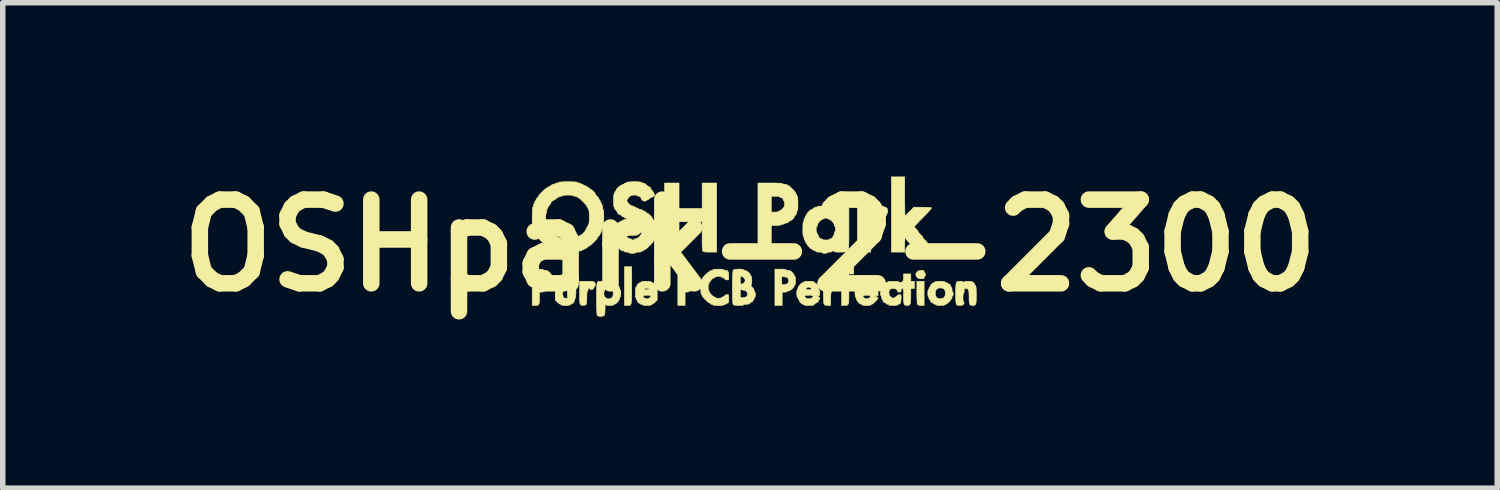
<source format=kicad_pcb>
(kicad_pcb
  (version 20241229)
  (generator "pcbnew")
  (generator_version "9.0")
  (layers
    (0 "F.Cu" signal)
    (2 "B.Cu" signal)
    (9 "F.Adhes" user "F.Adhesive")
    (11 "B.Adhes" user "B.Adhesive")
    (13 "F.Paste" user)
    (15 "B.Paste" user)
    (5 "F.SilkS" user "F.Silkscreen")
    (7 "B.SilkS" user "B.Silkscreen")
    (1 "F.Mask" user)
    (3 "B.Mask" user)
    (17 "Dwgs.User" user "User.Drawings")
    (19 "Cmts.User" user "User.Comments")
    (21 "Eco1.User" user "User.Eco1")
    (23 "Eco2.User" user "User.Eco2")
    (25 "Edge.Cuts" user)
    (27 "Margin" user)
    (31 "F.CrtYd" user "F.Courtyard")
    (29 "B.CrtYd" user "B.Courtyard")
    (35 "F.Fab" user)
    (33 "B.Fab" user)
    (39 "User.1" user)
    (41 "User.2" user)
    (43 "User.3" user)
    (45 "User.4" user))
  (footprint "OSHpark-2-2300"
    (layer "F.Cu")
    (at 10.603 1.418)
    (property "Reference" "OSHpark-2-2300" (at 0 0 0) (layer "F.SilkS") (effects (font (size 1.524 1.524) (thickness 0.3))))
    (attr through_hole)
    (fp_poly (pts (xy 3.169 1.093) (xy 3.117 1.093) (xy 3.08 1.089) (xy 3.055 1.08) (xy 3.051 1.077) (xy 3.045 1.063) (xy 3.041 1.035) (xy 3.039 0.99) (xy 3.037 0.927) (xy 3.037 0.856) (xy 3.037 0.652) (xy 3.169 0.652) (xy 3.169 1.093)) (stroke (width 0.01) (type solid)) (fill yes) (layer "F.SilkS"))
    (fp_poly (pts (xy -2.153 0.724) (xy -2.153 0.824) (xy -2.154 0.904) (xy -2.155 0.967) (xy -2.158 1.014) (xy -2.162 1.047) (xy -2.168 1.07) (xy -2.178 1.083) (xy -2.191 1.09) (xy -2.207 1.093) (xy -2.228 1.093) (xy -2.236 1.093) (xy -2.286 1.093) (xy -2.286 0.387) (xy -2.153 0.387) (xy -2.153 0.724)) (stroke (width 0.01) (type solid)) (fill yes) (layer "F.SilkS"))
    (fp_poly (pts (xy 3.151 0.454) (xy 3.165 0.46) (xy 3.169 0.473) (xy 3.169 0.475) (xy 3.174 0.493) (xy 3.181 0.497) (xy 3.188 0.507) (xy 3.192 0.53) (xy 3.192 0.53) (xy 3.188 0.553) (xy 3.181 0.563) (xy 3.181 0.563) (xy 3.172 0.572) (xy 3.169 0.585) (xy 3.166 0.599) (xy 3.154 0.605) (xy 3.126 0.607) (xy 3.117 0.607) (xy 3.078 0.603) (xy 3.052 0.591) (xy 3.04 0.58) (xy 3.02 0.546) (xy 3.019 0.513) (xy 3.036 0.484) (xy 3.067 0.462) (xy 3.111 0.453) (xy 3.119 0.453) (xy 3.151 0.454)) (stroke (width 0.01) (type solid)) (fill yes) (layer "F.SilkS"))
    (fp_poly (pts (xy -1.292 -0.674) (xy -0.872 -0.674) (xy -0.872 -1.137) (xy -0.607 -1.137) (xy -0.607 0.121) (xy -0.724 0.121) (xy -0.783 0.121) (xy -0.822 0.117) (xy -0.846 0.112) (xy -0.857 0.106) (xy -0.862 0.097) (xy -0.866 0.08) (xy -0.869 0.052) (xy -0.871 0.011) (xy -0.872 -0.045) (xy -0.872 -0.12) (xy -0.872 -0.17) (xy -0.872 -0.431) (xy -1.292 -0.431) (xy -1.292 -0.17) (xy -1.292 -0.085) (xy -1.293 -0.018) (xy -1.295 0.031) (xy -1.297 0.066) (xy -1.3 0.088) (xy -1.305 0.101) (xy -1.308 0.106) (xy -1.323 0.113) (xy -1.35 0.118) (xy -1.394 0.121) (xy -1.44 0.121) (xy -1.557 0.121) (xy -1.557 -1.137) (xy -1.292 -1.137) (xy -1.292 -0.674)) (stroke (width 0.01) (type solid)) (fill yes) (layer "F.SilkS"))
    (fp_poly (pts (xy -2.915 0.652) (xy -2.873 0.655) (xy -2.847 0.66) (xy -2.832 0.667) (xy -2.832 0.667) (xy -2.821 0.686) (xy -2.816 0.711) (xy -2.818 0.731) (xy -2.827 0.74) (xy -2.837 0.749) (xy -2.838 0.757) (xy -2.846 0.779) (xy -2.854 0.79) (xy -2.874 0.803) (xy -2.893 0.806) (xy -2.904 0.798) (xy -2.904 0.795) (xy -2.914 0.786) (xy -2.927 0.784) (xy -2.945 0.792) (xy -2.949 0.806) (xy -2.953 0.824) (xy -2.96 0.828) (xy -2.965 0.839) (xy -2.968 0.868) (xy -2.97 0.914) (xy -2.971 0.945) (xy -2.972 1.003) (xy -2.975 1.043) (xy -2.98 1.067) (xy -2.986 1.078) (xy -3.011 1.089) (xy -3.044 1.092) (xy -3.074 1.086) (xy -3.089 1.077) (xy -3.095 1.063) (xy -3.099 1.035) (xy -3.101 0.99) (xy -3.103 0.927) (xy -3.103 0.856) (xy -3.103 0.652) (xy -2.975 0.652) (xy -2.915 0.652)) (stroke (width 0.01) (type solid)) (fill yes) (layer "F.SilkS"))
    (fp_poly (pts (xy -3.412 0.79) (xy -3.412 0.856) (xy -3.409 0.902) (xy -3.402 0.932) (xy -3.391 0.95) (xy -3.375 0.959) (xy -3.352 0.961) (xy -3.324 0.961) (xy -3.324 0.822) (xy -3.323 0.757) (xy -3.321 0.711) (xy -3.314 0.681) (xy -3.302 0.663) (xy -3.284 0.654) (xy -3.257 0.652) (xy -3.247 0.652) (xy -3.217 0.653) (xy -3.197 0.659) (xy -3.183 0.674) (xy -3.175 0.7) (xy -3.171 0.74) (xy -3.17 0.799) (xy -3.169 0.822) (xy -3.17 0.882) (xy -3.173 0.927) (xy -3.177 0.954) (xy -3.181 0.961) (xy -3.189 0.97) (xy -3.192 0.989) (xy -3.2 1.016) (xy -3.219 1.044) (xy -3.243 1.065) (xy -3.263 1.071) (xy -3.278 1.077) (xy -3.28 1.082) (xy -3.29 1.088) (xy -3.318 1.092) (xy -3.357 1.093) (xy -3.357 1.093) (xy -3.397 1.092) (xy -3.424 1.088) (xy -3.435 1.082) (xy -3.435 1.082) (xy -3.443 1.073) (xy -3.451 1.071) (xy -3.469 1.064) (xy -3.494 1.045) (xy -3.507 1.033) (xy -3.545 0.995) (xy -3.545 0.652) (xy -3.412 0.652) (xy -3.412 0.79)) (stroke (width 0.01) (type solid)) (fill yes) (layer "F.SilkS"))
    (fp_poly (pts (xy 2.381 -0.717) (xy 2.419 -0.714) (xy 2.438 -0.709) (xy 2.441 -0.707) (xy 2.45 -0.697) (xy 2.458 -0.696) (xy 2.48 -0.688) (xy 2.491 -0.68) (xy 2.501 -0.662) (xy 2.506 -0.635) (xy 2.506 -0.608) (xy 2.502 -0.589) (xy 2.496 -0.585) (xy 2.487 -0.576) (xy 2.485 -0.563) (xy 2.48 -0.545) (xy 2.474 -0.541) (xy 2.465 -0.532) (xy 2.463 -0.519) (xy 2.458 -0.501) (xy 2.452 -0.497) (xy 2.443 -0.488) (xy 2.441 -0.475) (xy 2.437 -0.46) (xy 2.422 -0.454) (xy 2.396 -0.453) (xy 2.369 -0.455) (xy 2.353 -0.461) (xy 2.352 -0.464) (xy 2.342 -0.47) (xy 2.317 -0.474) (xy 2.302 -0.475) (xy 2.257 -0.469) (xy 2.229 -0.452) (xy 2.22 -0.426) (xy 2.214 -0.411) (xy 2.209 -0.409) (xy 2.205 -0.398) (xy 2.202 -0.366) (xy 2.2 -0.314) (xy 2.198 -0.243) (xy 2.198 -0.153) (xy 2.198 -0.144) (xy 2.198 0.121) (xy 1.955 0.121) (xy 1.955 -0.696) (xy 2.087 -0.696) (xy 2.145 -0.697) (xy 2.188 -0.699) (xy 2.214 -0.703) (xy 2.22 -0.707) (xy 2.23 -0.712) (xy 2.26 -0.716) (xy 2.305 -0.718) (xy 2.33 -0.718) (xy 2.381 -0.717)) (stroke (width 0.01) (type solid)) (fill yes) (layer "F.SilkS"))
    (fp_poly (pts (xy -1.167 0.432) (xy -1.133 0.435) (xy -1.116 0.44) (xy -1.115 0.442) (xy -1.106 0.449) (xy -1.082 0.453) (xy -1.076 0.453) (xy -1.045 0.458) (xy -1.015 0.476) (xy -0.999 0.491) (xy -0.977 0.517) (xy -0.963 0.539) (xy -0.961 0.546) (xy -0.955 0.561) (xy -0.95 0.563) (xy -0.944 0.573) (xy -0.94 0.601) (xy -0.939 0.64) (xy -0.939 0.641) (xy -0.94 0.68) (xy -0.944 0.708) (xy -0.95 0.718) (xy -0.95 0.718) (xy -0.959 0.727) (xy -0.961 0.735) (xy -0.968 0.752) (xy -0.987 0.777) (xy -0.999 0.79) (xy -1.03 0.816) (xy -1.06 0.827) (xy -1.076 0.828) (xy -1.102 0.831) (xy -1.115 0.838) (xy -1.115 0.839) (xy -1.125 0.847) (xy -1.148 0.85) (xy -1.149 0.85) (xy -1.182 0.85) (xy -1.182 1.093) (xy -1.314 1.093) (xy -1.314 0.674) (xy -1.192 0.674) (xy -1.188 0.701) (xy -1.177 0.714) (xy -1.156 0.716) (xy -1.14 0.714) (xy -1.107 0.703) (xy -1.082 0.686) (xy -1.079 0.684) (xy -1.063 0.65) (xy -1.065 0.617) (xy -1.085 0.59) (xy -1.119 0.573) (xy -1.144 0.57) (xy -1.187 0.569) (xy -1.191 0.628) (xy -1.192 0.674) (xy -1.314 0.674) (xy -1.314 0.431) (xy -1.215 0.431) (xy -1.167 0.432)) (stroke (width 0.01) (type solid)) (fill yes) (layer "F.SilkS"))
    (fp_poly (pts (xy 0.6 0.432) (xy 0.634 0.435) (xy 0.65 0.44) (xy 0.652 0.442) (xy 0.661 0.449) (xy 0.685 0.453) (xy 0.691 0.453) (xy 0.722 0.458) (xy 0.752 0.476) (xy 0.768 0.491) (xy 0.79 0.517) (xy 0.804 0.539) (xy 0.806 0.546) (xy 0.812 0.561) (xy 0.817 0.563) (xy 0.823 0.573) (xy 0.827 0.601) (xy 0.828 0.64) (xy 0.828 0.641) (xy 0.827 0.68) (xy 0.823 0.708) (xy 0.817 0.718) (xy 0.817 0.718) (xy 0.807 0.727) (xy 0.806 0.735) (xy 0.797 0.756) (xy 0.776 0.782) (xy 0.747 0.807) (xy 0.719 0.824) (xy 0.702 0.828) (xy 0.681 0.832) (xy 0.674 0.839) (xy 0.664 0.846) (xy 0.639 0.85) (xy 0.629 0.85) (xy 0.585 0.85) (xy 0.585 1.093) (xy 0.453 1.093) (xy 0.453 0.674) (xy 0.575 0.674) (xy 0.579 0.701) (xy 0.59 0.714) (xy 0.611 0.716) (xy 0.626 0.714) (xy 0.659 0.705) (xy 0.685 0.69) (xy 0.686 0.689) (xy 0.703 0.66) (xy 0.704 0.626) (xy 0.689 0.595) (xy 0.685 0.591) (xy 0.659 0.577) (xy 0.625 0.57) (xy 0.621 0.57) (xy 0.58 0.569) (xy 0.576 0.628) (xy 0.575 0.674) (xy 0.453 0.674) (xy 0.453 0.431) (xy 0.552 0.431) (xy 0.6 0.432)) (stroke (width 0.01) (type solid)) (fill yes) (layer "F.SilkS"))
    (fp_poly (pts (xy -3.818 0.432) (xy -3.784 0.435) (xy -3.767 0.44) (xy -3.766 0.442) (xy -3.756 0.449) (xy -3.732 0.453) (xy -3.727 0.453) (xy -3.695 0.458) (xy -3.666 0.476) (xy -3.65 0.491) (xy -3.627 0.517) (xy -3.613 0.539) (xy -3.611 0.546) (xy -3.605 0.561) (xy -3.6 0.563) (xy -3.595 0.573) (xy -3.591 0.601) (xy -3.589 0.64) (xy -3.589 0.641) (xy -3.591 0.68) (xy -3.595 0.708) (xy -3.6 0.718) (xy -3.6 0.718) (xy -3.61 0.727) (xy -3.611 0.735) (xy -3.62 0.756) (xy -3.64 0.78) (xy -3.664 0.799) (xy -3.682 0.806) (xy -3.698 0.812) (xy -3.7 0.817) (xy -3.709 0.825) (xy -3.732 0.828) (xy -3.733 0.828) (xy -3.756 0.831) (xy -3.766 0.839) (xy -3.766 0.839) (xy -3.775 0.847) (xy -3.799 0.85) (xy -3.799 0.85) (xy -3.832 0.85) (xy -3.832 0.956) (xy -3.833 1.013) (xy -3.838 1.052) (xy -3.849 1.076) (xy -3.867 1.088) (xy -3.895 1.093) (xy -3.914 1.093) (xy -3.965 1.093) (xy -3.965 0.641) (xy -3.843 0.641) (xy -3.843 0.681) (xy -3.84 0.704) (xy -3.834 0.715) (xy -3.823 0.718) (xy -3.816 0.718) (xy -3.785 0.714) (xy -3.761 0.707) (xy -3.733 0.687) (xy -3.72 0.656) (xy -3.721 0.623) (xy -3.735 0.592) (xy -3.762 0.572) (xy -3.768 0.57) (xy -3.805 0.562) (xy -3.827 0.564) (xy -3.839 0.579) (xy -3.843 0.61) (xy -3.843 0.641) (xy -3.965 0.641) (xy -3.965 0.431) (xy -3.865 0.431) (xy -3.818 0.432)) (stroke (width 0.01) (type solid)) (fill yes) (layer "F.SilkS"))
    (fp_poly (pts (xy 4.013 0.653) (xy 4.04 0.658) (xy 4.059 0.669) (xy 4.07 0.679) (xy 4.089 0.702) (xy 4.097 0.722) (xy 4.097 0.723) (xy 4.103 0.738) (xy 4.108 0.74) (xy 4.113 0.751) (xy 4.116 0.781) (xy 4.118 0.83) (xy 4.119 0.896) (xy 4.119 0.901) (xy 4.119 0.97) (xy 4.117 1.021) (xy 4.112 1.055) (xy 4.103 1.077) (xy 4.089 1.088) (xy 4.07 1.093) (xy 4.053 1.093) (xy 4.027 1.091) (xy 4.008 1.082) (xy 3.996 1.064) (xy 3.99 1.032) (xy 3.987 0.984) (xy 3.987 0.939) (xy 3.986 0.877) (xy 3.982 0.834) (xy 3.974 0.806) (xy 3.961 0.791) (xy 3.941 0.785) (xy 3.927 0.784) (xy 3.908 0.786) (xy 3.9 0.797) (xy 3.898 0.823) (xy 3.898 0.828) (xy 3.896 0.856) (xy 3.89 0.871) (xy 3.887 0.872) (xy 3.882 0.883) (xy 3.878 0.91) (xy 3.876 0.95) (xy 3.876 0.95) (xy 3.878 0.989) (xy 3.882 1.017) (xy 3.887 1.027) (xy 3.887 1.027) (xy 3.897 1.035) (xy 3.896 1.054) (xy 3.886 1.074) (xy 3.883 1.078) (xy 3.86 1.088) (xy 3.826 1.092) (xy 3.791 1.09) (xy 3.764 1.082) (xy 3.758 1.077) (xy 3.752 1.059) (xy 3.747 1.024) (xy 3.744 0.976) (xy 3.743 0.92) (xy 3.743 0.861) (xy 3.744 0.802) (xy 3.746 0.749) (xy 3.75 0.705) (xy 3.755 0.676) (xy 3.76 0.667) (xy 3.78 0.657) (xy 3.81 0.652) (xy 3.843 0.652) (xy 3.869 0.657) (xy 3.881 0.665) (xy 3.888 0.673) (xy 3.894 0.665) (xy 3.909 0.657) (xy 3.945 0.652) (xy 3.972 0.652) (xy 4.013 0.653)) (stroke (width 0.01) (type solid)) (fill yes) (layer "F.SilkS"))
    (fp_poly (pts (xy 2.816 -0.895) (xy 2.816 -0.809) (xy 2.817 -0.73) (xy 2.818 -0.662) (xy 2.819 -0.607) (xy 2.82 -0.567) (xy 2.821 -0.545) (xy 2.822 -0.541) (xy 2.832 -0.548) (xy 2.854 -0.568) (xy 2.883 -0.597) (xy 2.904 -0.618) (xy 2.981 -0.696) (xy 3.141 -0.696) (xy 3.205 -0.695) (xy 3.25 -0.694) (xy 3.278 -0.692) (xy 3.295 -0.688) (xy 3.301 -0.683) (xy 3.302 -0.679) (xy 3.294 -0.666) (xy 3.274 -0.641) (xy 3.242 -0.605) (xy 3.201 -0.562) (xy 3.154 -0.515) (xy 3.147 -0.508) (xy 3.1 -0.46) (xy 3.058 -0.417) (xy 3.025 -0.381) (xy 3.002 -0.356) (xy 2.993 -0.342) (xy 2.993 -0.342) (xy 3 -0.327) (xy 3.019 -0.305) (xy 3.026 -0.298) (xy 3.047 -0.276) (xy 3.058 -0.258) (xy 3.059 -0.254) (xy 3.066 -0.24) (xy 3.086 -0.217) (xy 3.103 -0.199) (xy 3.128 -0.173) (xy 3.144 -0.152) (xy 3.147 -0.144) (xy 3.155 -0.129) (xy 3.174 -0.106) (xy 3.192 -0.088) (xy 3.216 -0.063) (xy 3.232 -0.042) (xy 3.236 -0.033) (xy 3.243 -0.019) (xy 3.262 0.004) (xy 3.28 0.022) (xy 3.312 0.06) (xy 3.324 0.091) (xy 3.324 0.093) (xy 3.324 0.121) (xy 3.169 0.121) (xy 3.108 0.121) (xy 3.064 0.12) (xy 3.037 0.118) (xy 3.022 0.114) (xy 3.016 0.108) (xy 3.015 0.104) (xy 3.007 0.087) (xy 2.988 0.062) (xy 2.971 0.044) (xy 2.946 0.019) (xy 2.93 -0.002) (xy 2.927 -0.011) (xy 2.919 -0.025) (xy 2.9 -0.048) (xy 2.882 -0.066) (xy 2.858 -0.093) (xy 2.842 -0.116) (xy 2.838 -0.126) (xy 2.832 -0.141) (xy 2.827 -0.144) (xy 2.822 -0.133) (xy 2.819 -0.103) (xy 2.817 -0.056) (xy 2.816 -0.011) (xy 2.816 0.121) (xy 2.573 0.121) (xy 2.573 -1.248) (xy 2.816 -1.248) (xy 2.816 -0.895)) (stroke (width 0.01) (type solid)) (fill yes) (layer "F.SilkS"))
    (fp_poly (pts (xy -2.534 0.652) (xy -2.504 0.654) (xy -2.487 0.659) (xy -2.485 0.663) (xy -2.476 0.672) (xy -2.468 0.674) (xy -2.446 0.682) (xy -2.42 0.704) (xy -2.396 0.733) (xy -2.379 0.761) (xy -2.374 0.778) (xy -2.371 0.799) (xy -2.363 0.806) (xy -2.357 0.816) (xy -2.353 0.843) (xy -2.352 0.872) (xy -2.354 0.908) (xy -2.358 0.932) (xy -2.363 0.939) (xy -2.372 0.948) (xy -2.374 0.967) (xy -2.382 0.991) (xy -2.402 1.02) (xy -2.427 1.047) (xy -2.452 1.066) (xy -2.468 1.071) (xy -2.483 1.077) (xy -2.485 1.082) (xy -2.495 1.088) (xy -2.521 1.092) (xy -2.551 1.093) (xy -2.586 1.092) (xy -2.61 1.087) (xy -2.617 1.082) (xy -2.626 1.072) (xy -2.628 1.071) (xy -2.634 1.082) (xy -2.638 1.11) (xy -2.639 1.153) (xy -2.639 1.166) (xy -2.641 1.22) (xy -2.646 1.256) (xy -2.654 1.275) (xy -2.655 1.276) (xy -2.678 1.287) (xy -2.711 1.291) (xy -2.747 1.289) (xy -2.774 1.281) (xy -2.78 1.276) (xy -2.785 1.259) (xy -2.789 1.224) (xy -2.792 1.175) (xy -2.794 1.114) (xy -2.795 1.047) (xy -2.795 0.975) (xy -2.795 0.903) (xy -2.795 0.896) (xy -2.66 0.896) (xy -2.652 0.923) (xy -2.64 0.941) (xy -2.609 0.965) (xy -2.571 0.973) (xy -2.534 0.965) (xy -2.511 0.949) (xy -2.495 0.918) (xy -2.49 0.872) (xy -2.497 0.823) (xy -2.517 0.791) (xy -2.551 0.775) (xy -2.572 0.773) (xy -2.614 0.78) (xy -2.641 0.8) (xy -2.656 0.837) (xy -2.659 0.858) (xy -2.66 0.896) (xy -2.795 0.896) (xy -2.793 0.835) (xy -2.791 0.773) (xy -2.788 0.723) (xy -2.784 0.686) (xy -2.779 0.668) (xy -2.778 0.667) (xy -2.758 0.657) (xy -2.727 0.652) (xy -2.695 0.652) (xy -2.668 0.657) (xy -2.657 0.665) (xy -2.65 0.673) (xy -2.644 0.665) (xy -2.631 0.659) (xy -2.604 0.654) (xy -2.569 0.652) (xy -2.534 0.652)) (stroke (width 0.01) (type solid)) (fill yes) (layer "F.SilkS"))
    (fp_poly (pts (xy 1.818 0.369) (xy 1.822 0.375) (xy 1.832 0.383) (xy 1.855 0.387) (xy 1.855 0.387) (xy 1.888 0.387) (xy 1.888 0.519) (xy 1.8 0.519) (xy 1.8 0.652) (xy 1.888 0.652) (xy 1.888 0.784) (xy 1.8 0.784) (xy 1.8 0.923) (xy 1.799 0.988) (xy 1.797 1.034) (xy 1.79 1.064) (xy 1.778 1.082) (xy 1.759 1.09) (xy 1.732 1.093) (xy 1.718 1.093) (xy 1.668 1.093) (xy 1.668 0.939) (xy 1.667 0.877) (xy 1.667 0.835) (xy 1.665 0.808) (xy 1.661 0.792) (xy 1.655 0.786) (xy 1.647 0.784) (xy 1.646 0.784) (xy 1.626 0.778) (xy 1.619 0.77) (xy 1.612 0.762) (xy 1.606 0.77) (xy 1.591 0.779) (xy 1.56 0.784) (xy 1.545 0.784) (xy 1.513 0.785) (xy 1.497 0.789) (xy 1.491 0.801) (xy 1.491 0.817) (xy 1.488 0.84) (xy 1.48 0.85) (xy 1.48 0.85) (xy 1.475 0.861) (xy 1.471 0.891) (xy 1.469 0.937) (xy 1.469 0.972) (xy 1.469 1.093) (xy 1.416 1.093) (xy 1.379 1.089) (xy 1.354 1.08) (xy 1.35 1.077) (xy 1.344 1.059) (xy 1.34 1.024) (xy 1.337 0.976) (xy 1.335 0.92) (xy 1.335 0.861) (xy 1.336 0.802) (xy 1.339 0.749) (xy 1.343 0.705) (xy 1.348 0.676) (xy 1.352 0.667) (xy 1.37 0.66) (xy 1.403 0.655) (xy 1.445 0.652) (xy 1.492 0.651) (xy 1.537 0.652) (xy 1.574 0.655) (xy 1.599 0.661) (xy 1.606 0.665) (xy 1.613 0.673) (xy 1.619 0.665) (xy 1.634 0.654) (xy 1.646 0.652) (xy 1.656 0.65) (xy 1.663 0.641) (xy 1.666 0.622) (xy 1.667 0.588) (xy 1.668 0.552) (xy 1.669 0.505) (xy 1.672 0.471) (xy 1.677 0.454) (xy 1.679 0.453) (xy 1.688 0.444) (xy 1.69 0.435) (xy 1.699 0.409) (xy 1.724 0.391) (xy 1.75 0.387) (xy 1.771 0.383) (xy 1.778 0.375) (xy 1.787 0.367) (xy 1.8 0.364) (xy 1.818 0.369)) (stroke (width 0.01) (type solid)) (fill yes) (layer "F.SilkS"))
    (fp_poly (pts (xy 0.446 -1.137) (xy 0.509 -1.135) (xy 0.555 -1.133) (xy 0.58 -1.129) (xy 0.585 -1.126) (xy 0.595 -1.12) (xy 0.62 -1.116) (xy 0.629 -1.115) (xy 0.657 -1.113) (xy 0.673 -1.107) (xy 0.674 -1.104) (xy 0.683 -1.095) (xy 0.69 -1.093) (xy 0.707 -1.086) (xy 0.732 -1.066) (xy 0.762 -1.038) (xy 0.791 -1.008) (xy 0.814 -0.981) (xy 0.827 -0.96) (xy 0.828 -0.956) (xy 0.834 -0.941) (xy 0.839 -0.939) (xy 0.848 -0.929) (xy 0.85 -0.917) (xy 0.855 -0.899) (xy 0.861 -0.895) (xy 0.866 -0.884) (xy 0.87 -0.854) (xy 0.872 -0.807) (xy 0.872 -0.762) (xy 0.872 -0.704) (xy 0.869 -0.661) (xy 0.865 -0.635) (xy 0.861 -0.629) (xy 0.853 -0.62) (xy 0.85 -0.599) (xy 0.842 -0.568) (xy 0.828 -0.552) (xy 0.811 -0.534) (xy 0.806 -0.522) (xy 0.798 -0.503) (xy 0.779 -0.48) (xy 0.756 -0.461) (xy 0.737 -0.453) (xy 0.72 -0.445) (xy 0.707 -0.431) (xy 0.682 -0.413) (xy 0.66 -0.409) (xy 0.638 -0.405) (xy 0.629 -0.398) (xy 0.62 -0.39) (xy 0.597 -0.387) (xy 0.596 -0.387) (xy 0.573 -0.383) (xy 0.563 -0.376) (xy 0.563 -0.375) (xy 0.553 -0.37) (xy 0.525 -0.366) (xy 0.483 -0.364) (xy 0.475 -0.364) (xy 0.387 -0.364) (xy 0.387 0.121) (xy 0.144 0.121) (xy 0.144 -0.895) (xy 0.387 -0.895) (xy 0.387 -0.607) (xy 0.453 -0.607) (xy 0.488 -0.609) (xy 0.512 -0.613) (xy 0.519 -0.618) (xy 0.528 -0.628) (xy 0.536 -0.629) (xy 0.553 -0.637) (xy 0.578 -0.656) (xy 0.591 -0.668) (xy 0.616 -0.696) (xy 0.627 -0.722) (xy 0.629 -0.756) (xy 0.627 -0.786) (xy 0.622 -0.804) (xy 0.618 -0.806) (xy 0.609 -0.815) (xy 0.607 -0.824) (xy 0.598 -0.848) (xy 0.576 -0.868) (xy 0.558 -0.872) (xy 0.543 -0.878) (xy 0.541 -0.883) (xy 0.531 -0.889) (xy 0.504 -0.893) (xy 0.464 -0.895) (xy 0.387 -0.895) (xy 0.144 -0.895) (xy 0.144 -1.137) (xy 0.364 -1.137) (xy 0.446 -1.137)) (stroke (width 0.01) (type solid)) (fill yes) (layer "F.SilkS"))
    (fp_poly (pts (xy -1.845 0.653) (xy -1.814 0.656) (xy -1.8 0.662) (xy -1.8 0.663) (xy -1.791 0.672) (xy -1.783 0.674) (xy -1.762 0.682) (xy -1.738 0.702) (xy -1.719 0.726) (xy -1.712 0.745) (xy -1.706 0.76) (xy -1.701 0.762) (xy -1.696 0.773) (xy -1.692 0.802) (xy -1.69 0.848) (xy -1.69 0.878) (xy -1.69 0.995) (xy -1.728 1.033) (xy -1.754 1.055) (xy -1.776 1.069) (xy -1.783 1.071) (xy -1.798 1.077) (xy -1.8 1.082) (xy -1.81 1.088) (xy -1.838 1.092) (xy -1.877 1.093) (xy -1.877 1.093) (xy -1.917 1.092) (xy -1.944 1.088) (xy -1.955 1.082) (xy -1.955 1.082) (xy -1.964 1.073) (xy -1.977 1.071) (xy -1.995 1.067) (xy -1.999 1.06) (xy -2.008 1.051) (xy -2.021 1.049) (xy -2.039 1.041) (xy -2.043 1.027) (xy -2.048 1.009) (xy -2.054 1.005) (xy -2.063 0.996) (xy -2.065 0.983) (xy -2.07 0.965) (xy -2.076 0.961) (xy -2.081 0.95) (xy -2.085 0.926) (xy -1.949 0.926) (xy -1.938 0.944) (xy -1.933 0.949) (xy -1.9 0.968) (xy -1.863 0.97) (xy -1.828 0.955) (xy -1.822 0.95) (xy -1.805 0.929) (xy -1.804 0.915) (xy -1.821 0.908) (xy -1.858 0.906) (xy -1.871 0.906) (xy -1.917 0.908) (xy -1.943 0.914) (xy -1.949 0.926) (xy -2.085 0.926) (xy -2.085 0.921) (xy -2.087 0.878) (xy -2.087 0.861) (xy -2.086 0.814) (xy -2.084 0.792) (xy -1.93 0.792) (xy -1.925 0.801) (xy -1.902 0.806) (xy -1.883 0.806) (xy -1.85 0.804) (xy -1.836 0.797) (xy -1.836 0.792) (xy -1.849 0.783) (xy -1.877 0.779) (xy -1.883 0.779) (xy -1.912 0.782) (xy -1.929 0.79) (xy -1.93 0.792) (xy -2.084 0.792) (xy -2.083 0.78) (xy -2.078 0.763) (xy -2.076 0.762) (xy -2.066 0.753) (xy -2.065 0.745) (xy -2.057 0.724) (xy -2.037 0.7) (xy -2.013 0.681) (xy -1.994 0.674) (xy -1.979 0.668) (xy -1.977 0.663) (xy -1.966 0.657) (xy -1.938 0.653) (xy -1.896 0.652) (xy -1.888 0.652) (xy -1.845 0.653)) (stroke (width 0.01) (type solid)) (fill yes) (layer "F.SilkS"))
    (fp_poly (pts (xy 2.155 0.653) (xy 2.185 0.656) (xy 2.197 0.662) (xy 2.198 0.663) (xy 2.207 0.672) (xy 2.215 0.674) (xy 2.236 0.682) (xy 2.262 0.704) (xy 2.287 0.733) (xy 2.304 0.761) (xy 2.308 0.778) (xy 2.312 0.799) (xy 2.319 0.806) (xy 2.325 0.816) (xy 2.329 0.842) (xy 2.33 0.861) (xy 2.33 0.917) (xy 2.289 0.917) (xy 2.264 0.919) (xy 2.259 0.922) (xy 2.275 0.927) (xy 2.3 0.932) (xy 2.322 0.943) (xy 2.33 0.956) (xy 2.322 0.973) (xy 2.302 0.998) (xy 2.276 1.026) (xy 2.248 1.051) (xy 2.225 1.068) (xy 2.215 1.071) (xy 2.2 1.077) (xy 2.198 1.082) (xy 2.187 1.088) (xy 2.16 1.092) (xy 2.12 1.093) (xy 2.12 1.093) (xy 2.081 1.092) (xy 2.053 1.088) (xy 2.043 1.082) (xy 2.043 1.082) (xy 2.034 1.073) (xy 2.026 1.071) (xy 2.004 1.062) (xy 1.978 1.041) (xy 1.954 1.012) (xy 1.937 0.984) (xy 1.933 0.967) (xy 1.929 0.946) (xy 1.922 0.939) (xy 1.916 0.929) (xy 2.056 0.929) (xy 2.072 0.951) (xy 2.072 0.952) (xy 2.1 0.968) (xy 2.135 0.971) (xy 2.168 0.96) (xy 2.177 0.954) (xy 2.192 0.933) (xy 2.187 0.918) (xy 2.161 0.908) (xy 2.119 0.906) (xy 2.078 0.908) (xy 2.058 0.915) (xy 2.056 0.929) (xy 1.916 0.929) (xy 1.916 0.928) (xy 1.912 0.901) (xy 1.911 0.861) (xy 1.911 0.861) (xy 1.912 0.822) (xy 1.914 0.807) (xy 2.06 0.807) (xy 2.075 0.814) (xy 2.103 0.817) (xy 2.136 0.816) (xy 2.165 0.812) (xy 2.181 0.805) (xy 2.182 0.804) (xy 2.181 0.789) (xy 2.165 0.774) (xy 2.14 0.764) (xy 2.126 0.762) (xy 2.102 0.767) (xy 2.078 0.78) (xy 2.062 0.795) (xy 2.06 0.807) (xy 1.914 0.807) (xy 1.916 0.794) (xy 1.922 0.784) (xy 1.922 0.784) (xy 1.931 0.775) (xy 1.933 0.762) (xy 1.937 0.744) (xy 1.944 0.74) (xy 1.953 0.731) (xy 1.955 0.718) (xy 1.963 0.699) (xy 1.974 0.696) (xy 1.996 0.687) (xy 2.01 0.674) (xy 2.021 0.662) (xy 2.039 0.656) (xy 2.067 0.652) (xy 2.112 0.652) (xy 2.155 0.653)) (stroke (width 0.01) (type solid)) (fill yes) (layer "F.SilkS"))
    (fp_poly (pts (xy 3.5 0.653) (xy 3.531 0.656) (xy 3.545 0.662) (xy 3.545 0.663) (xy 3.554 0.672) (xy 3.567 0.674) (xy 3.585 0.678) (xy 3.589 0.685) (xy 3.598 0.694) (xy 3.606 0.696) (xy 3.631 0.705) (xy 3.651 0.727) (xy 3.655 0.745) (xy 3.661 0.76) (xy 3.666 0.762) (xy 3.673 0.772) (xy 3.677 0.796) (xy 3.677 0.806) (xy 3.68 0.834) (xy 3.686 0.849) (xy 3.689 0.85) (xy 3.696 0.86) (xy 3.7 0.883) (xy 3.7 0.883) (xy 3.696 0.907) (xy 3.689 0.917) (xy 3.689 0.917) (xy 3.68 0.926) (xy 3.677 0.945) (xy 3.67 0.967) (xy 3.65 0.996) (xy 3.624 1.027) (xy 3.596 1.053) (xy 3.571 1.069) (xy 3.562 1.071) (xy 3.547 1.077) (xy 3.545 1.082) (xy 3.535 1.088) (xy 3.507 1.092) (xy 3.468 1.093) (xy 3.468 1.093) (xy 3.428 1.092) (xy 3.401 1.088) (xy 3.39 1.082) (xy 3.39 1.082) (xy 3.381 1.073) (xy 3.368 1.071) (xy 3.35 1.067) (xy 3.346 1.06) (xy 3.337 1.051) (xy 3.329 1.049) (xy 3.304 1.04) (xy 3.285 1.018) (xy 3.28 1) (xy 3.274 0.985) (xy 3.269 0.983) (xy 3.26 0.974) (xy 3.258 0.961) (xy 3.253 0.943) (xy 3.247 0.939) (xy 3.241 0.929) (xy 3.237 0.902) (xy 3.236 0.872) (xy 3.236 0.869) (xy 3.372 0.869) (xy 3.377 0.909) (xy 3.392 0.942) (xy 3.4 0.951) (xy 3.437 0.968) (xy 3.48 0.97) (xy 3.519 0.957) (xy 3.53 0.948) (xy 3.549 0.917) (xy 3.557 0.876) (xy 3.554 0.834) (xy 3.538 0.8) (xy 3.534 0.795) (xy 3.503 0.778) (xy 3.464 0.772) (xy 3.425 0.778) (xy 3.395 0.796) (xy 3.395 0.796) (xy 3.378 0.828) (xy 3.372 0.869) (xy 3.236 0.869) (xy 3.237 0.837) (xy 3.242 0.813) (xy 3.247 0.806) (xy 3.256 0.797) (xy 3.258 0.784) (xy 3.262 0.766) (xy 3.269 0.762) (xy 3.279 0.753) (xy 3.28 0.745) (xy 3.288 0.724) (xy 3.308 0.7) (xy 3.332 0.681) (xy 3.351 0.674) (xy 3.366 0.668) (xy 3.368 0.663) (xy 3.379 0.657) (xy 3.407 0.653) (xy 3.449 0.652) (xy 3.457 0.652) (xy 3.5 0.653)) (stroke (width 0.01) (type solid)) (fill yes) (layer "F.SilkS"))
    (fp_poly (pts (xy -0.148 0.432) (xy -0.127 0.437) (xy -0.121 0.442) (xy -0.112 0.45) (xy -0.094 0.453) (xy -0.069 0.461) (xy -0.04 0.48) (xy -0.013 0.506) (xy 0.006 0.531) (xy 0.011 0.546) (xy 0.017 0.561) (xy 0.022 0.563) (xy 0.029 0.573) (xy 0.032 0.598) (xy 0.033 0.632) (xy 0.032 0.667) (xy 0.029 0.698) (xy 0.023 0.718) (xy 0.019 0.721) (xy 0.017 0.73) (xy 0.032 0.75) (xy 0.041 0.759) (xy 0.068 0.792) (xy 0.077 0.822) (xy 0.081 0.843) (xy 0.088 0.85) (xy 0.095 0.86) (xy 0.099 0.885) (xy 0.099 0.895) (xy 0.097 0.922) (xy 0.091 0.938) (xy 0.088 0.939) (xy 0.079 0.948) (xy 0.077 0.961) (xy 0.073 0.979) (xy 0.066 0.983) (xy 0.057 0.992) (xy 0.055 1.005) (xy 0.047 1.024) (xy 0.036 1.027) (xy 0.014 1.035) (xy 0 1.049) (xy -0.017 1.064) (xy -0.045 1.07) (xy -0.069 1.071) (xy -0.099 1.073) (xy -0.118 1.079) (xy -0.121 1.082) (xy -0.131 1.089) (xy -0.157 1.092) (xy -0.192 1.094) (xy -0.231 1.092) (xy -0.267 1.088) (xy -0.295 1.083) (xy -0.306 1.077) (xy -0.311 1.06) (xy -0.315 1.026) (xy -0.318 0.976) (xy -0.319 0.95) (xy -0.177 0.95) (xy -0.131 0.95) (xy -0.092 0.945) (xy -0.065 0.932) (xy -0.064 0.931) (xy -0.048 0.903) (xy -0.046 0.869) (xy -0.06 0.84) (xy -0.064 0.836) (xy -0.087 0.823) (xy -0.121 0.813) (xy -0.13 0.811) (xy -0.177 0.803) (xy -0.177 0.95) (xy -0.319 0.95) (xy -0.32 0.915) (xy -0.321 0.847) (xy -0.322 0.774) (xy -0.321 0.701) (xy -0.32 0.635) (xy -0.177 0.635) (xy -0.175 0.677) (xy -0.17 0.699) (xy -0.158 0.705) (xy -0.138 0.699) (xy -0.129 0.694) (xy -0.101 0.673) (xy -0.089 0.646) (xy -0.089 0.632) (xy -0.098 0.603) (xy -0.12 0.578) (xy -0.148 0.564) (xy -0.155 0.563) (xy -0.167 0.565) (xy -0.173 0.575) (xy -0.176 0.598) (xy -0.177 0.635) (xy -0.32 0.635) (xy -0.32 0.63) (xy -0.318 0.567) (xy -0.315 0.513) (xy -0.311 0.473) (xy -0.306 0.45) (xy -0.304 0.446) (xy -0.288 0.439) (xy -0.257 0.434) (xy -0.22 0.431) (xy -0.182 0.43) (xy -0.148 0.432)) (stroke (width 0.01) (type solid)) (fill yes) (layer "F.SilkS"))
    (fp_poly (pts (xy 1.114 0.652) (xy 1.142 0.656) (xy 1.159 0.662) (xy 1.171 0.674) (xy 1.19 0.691) (xy 1.206 0.696) (xy 1.223 0.705) (xy 1.226 0.718) (xy 1.23 0.736) (xy 1.237 0.74) (xy 1.245 0.75) (xy 1.248 0.773) (xy 1.248 0.773) (xy 1.251 0.796) (xy 1.259 0.806) (xy 1.259 0.806) (xy 1.265 0.816) (xy 1.269 0.842) (xy 1.27 0.861) (xy 1.269 0.894) (xy 1.265 0.911) (xy 1.253 0.917) (xy 1.24 0.917) (xy 1.209 0.918) (xy 1.24 0.929) (xy 1.258 0.942) (xy 1.27 0.96) (xy 1.271 0.976) (xy 1.259 0.983) (xy 1.259 0.983) (xy 1.249 0.992) (xy 1.248 1) (xy 1.239 1.024) (xy 1.219 1.043) (xy 1.201 1.049) (xy 1.184 1.057) (xy 1.171 1.071) (xy 1.159 1.083) (xy 1.142 1.089) (xy 1.113 1.093) (xy 1.069 1.093) (xy 1.026 1.092) (xy 0.996 1.088) (xy 0.983 1.083) (xy 0.983 1.082) (xy 0.974 1.073) (xy 0.966 1.071) (xy 0.945 1.063) (xy 0.921 1.043) (xy 0.902 1.019) (xy 0.895 1) (xy 0.889 0.985) (xy 0.883 0.983) (xy 0.875 0.974) (xy 0.872 0.961) (xy 0.868 0.943) (xy 0.861 0.939) (xy 0.856 0.929) (xy 0.855 0.924) (xy 0.994 0.924) (xy 1.004 0.942) (xy 1.012 0.952) (xy 1.04 0.968) (xy 1.077 0.971) (xy 1.113 0.961) (xy 1.124 0.955) (xy 1.147 0.934) (xy 1.149 0.919) (xy 1.13 0.91) (xy 1.089 0.906) (xy 1.071 0.906) (xy 1.026 0.907) (xy 1.001 0.913) (xy 0.994 0.924) (xy 0.855 0.924) (xy 0.852 0.902) (xy 0.85 0.872) (xy 0.852 0.837) (xy 0.856 0.813) (xy 0.861 0.806) (xy 0.87 0.797) (xy 0.87 0.794) (xy 1.017 0.794) (xy 1.025 0.803) (xy 1.051 0.806) (xy 1.066 0.806) (xy 1.098 0.804) (xy 1.113 0.797) (xy 1.115 0.789) (xy 1.106 0.771) (xy 1.084 0.761) (xy 1.057 0.76) (xy 1.033 0.769) (xy 1.024 0.778) (xy 1.017 0.794) (xy 0.87 0.794) (xy 0.872 0.778) (xy 0.88 0.754) (xy 0.9 0.725) (xy 0.925 0.698) (xy 0.951 0.679) (xy 0.966 0.674) (xy 0.981 0.668) (xy 0.983 0.663) (xy 0.993 0.657) (xy 1.021 0.653) (xy 1.063 0.652) (xy 1.069 0.652) (xy 1.114 0.652)) (stroke (width 0.01) (type solid)) (fill yes) (layer "F.SilkS"))
    (fp_poly (pts (xy 2.927 0.652) (xy 2.993 0.652) (xy 2.993 0.784) (xy 2.927 0.784) (xy 2.927 0.923) (xy 2.926 0.988) (xy 2.923 1.034) (xy 2.916 1.064) (xy 2.905 1.082) (xy 2.888 1.091) (xy 2.864 1.093) (xy 2.86 1.093) (xy 2.835 1.091) (xy 2.817 1.084) (xy 2.805 1.067) (xy 2.798 1.039) (xy 2.795 0.995) (xy 2.794 0.932) (xy 2.794 0.923) (xy 2.794 0.865) (xy 2.793 0.826) (xy 2.791 0.802) (xy 2.786 0.79) (xy 2.78 0.785) (xy 2.772 0.784) (xy 2.756 0.789) (xy 2.75 0.809) (xy 2.75 0.817) (xy 2.747 0.841) (xy 2.734 0.849) (xy 2.717 0.85) (xy 2.691 0.846) (xy 2.684 0.833) (xy 2.674 0.807) (xy 2.646 0.79) (xy 2.606 0.784) (xy 2.565 0.79) (xy 2.54 0.808) (xy 2.53 0.842) (xy 2.529 0.861) (xy 2.534 0.901) (xy 2.553 0.931) (xy 2.556 0.934) (xy 2.588 0.956) (xy 2.62 0.957) (xy 2.653 0.936) (xy 2.661 0.928) (xy 2.693 0.903) (xy 2.721 0.895) (xy 2.736 0.896) (xy 2.745 0.902) (xy 2.749 0.919) (xy 2.75 0.952) (xy 2.75 0.967) (xy 2.746 1.019) (xy 2.736 1.053) (xy 2.716 1.069) (xy 2.701 1.071) (xy 2.686 1.077) (xy 2.684 1.082) (xy 2.673 1.088) (xy 2.646 1.092) (xy 2.606 1.093) (xy 2.606 1.093) (xy 2.567 1.092) (xy 2.539 1.088) (xy 2.529 1.082) (xy 2.529 1.082) (xy 2.52 1.073) (xy 2.507 1.071) (xy 2.489 1.067) (xy 2.485 1.06) (xy 2.476 1.051) (xy 2.467 1.049) (xy 2.442 1.04) (xy 2.423 1.018) (xy 2.419 1) (xy 2.413 0.985) (xy 2.407 0.983) (xy 2.4 0.973) (xy 2.396 0.95) (xy 2.396 0.95) (xy 2.393 0.926) (xy 2.386 0.917) (xy 2.385 0.917) (xy 2.378 0.907) (xy 2.375 0.882) (xy 2.374 0.872) (xy 2.377 0.845) (xy 2.383 0.829) (xy 2.385 0.828) (xy 2.393 0.819) (xy 2.396 0.796) (xy 2.396 0.795) (xy 2.4 0.772) (xy 2.407 0.762) (xy 2.407 0.762) (xy 2.417 0.753) (xy 2.419 0.745) (xy 2.427 0.724) (xy 2.447 0.7) (xy 2.471 0.681) (xy 2.49 0.674) (xy 2.505 0.668) (xy 2.507 0.663) (xy 2.517 0.657) (xy 2.546 0.654) (xy 2.59 0.652) (xy 2.606 0.652) (xy 2.654 0.653) (xy 2.688 0.656) (xy 2.705 0.661) (xy 2.706 0.663) (xy 2.715 0.671) (xy 2.735 0.673) (xy 2.76 0.668) (xy 2.778 0.658) (xy 2.789 0.635) (xy 2.794 0.595) (xy 2.794 0.581) (xy 2.794 0.519) (xy 2.927 0.519) (xy 2.927 0.652)) (stroke (width 0.01) (type solid)) (fill yes) (layer "F.SilkS"))
    (fp_poly (pts (xy -0.527 0.432) (xy -0.493 0.435) (xy -0.476 0.44) (xy -0.475 0.442) (xy -0.465 0.45) (xy -0.446 0.453) (xy -0.417 0.458) (xy -0.399 0.475) (xy -0.389 0.507) (xy -0.387 0.557) (xy -0.387 0.596) (xy -0.389 0.617) (xy -0.396 0.627) (xy -0.41 0.629) (xy -0.417 0.629) (xy -0.448 0.621) (xy -0.464 0.607) (xy -0.484 0.59) (xy -0.499 0.585) (xy -0.516 0.58) (xy -0.519 0.574) (xy -0.529 0.568) (xy -0.554 0.564) (xy -0.574 0.563) (xy -0.606 0.565) (xy -0.626 0.57) (xy -0.629 0.574) (xy -0.638 0.584) (xy -0.646 0.585) (xy -0.665 0.593) (xy -0.69 0.613) (xy -0.715 0.639) (xy -0.734 0.663) (xy -0.74 0.679) (xy -0.746 0.694) (xy -0.751 0.696) (xy -0.757 0.706) (xy -0.761 0.732) (xy -0.762 0.762) (xy -0.76 0.797) (xy -0.756 0.821) (xy -0.751 0.828) (xy -0.741 0.837) (xy -0.74 0.845) (xy -0.732 0.864) (xy -0.712 0.889) (xy -0.687 0.914) (xy -0.662 0.933) (xy -0.646 0.939) (xy -0.631 0.945) (xy -0.629 0.95) (xy -0.62 0.956) (xy -0.594 0.96) (xy -0.574 0.961) (xy -0.543 0.959) (xy -0.523 0.954) (xy -0.519 0.95) (xy -0.51 0.94) (xy -0.499 0.939) (xy -0.478 0.93) (xy -0.464 0.917) (xy -0.439 0.899) (xy -0.417 0.895) (xy -0.401 0.895) (xy -0.392 0.901) (xy -0.388 0.916) (xy -0.387 0.946) (xy -0.387 0.972) (xy -0.387 1.012) (xy -0.39 1.036) (xy -0.396 1.046) (xy -0.407 1.049) (xy -0.409 1.049) (xy -0.427 1.054) (xy -0.431 1.06) (xy -0.44 1.069) (xy -0.453 1.071) (xy -0.471 1.076) (xy -0.475 1.082) (xy -0.485 1.088) (xy -0.514 1.091) (xy -0.558 1.093) (xy -0.574 1.093) (xy -0.622 1.092) (xy -0.656 1.089) (xy -0.673 1.084) (xy -0.674 1.082) (xy -0.683 1.073) (xy -0.696 1.071) (xy -0.714 1.067) (xy -0.718 1.06) (xy -0.727 1.05) (xy -0.735 1.049) (xy -0.751 1.041) (xy -0.777 1.021) (xy -0.806 0.994) (xy -0.835 0.964) (xy -0.858 0.936) (xy -0.871 0.916) (xy -0.872 0.911) (xy -0.878 0.896) (xy -0.883 0.895) (xy -0.89 0.885) (xy -0.894 0.859) (xy -0.895 0.839) (xy -0.897 0.808) (xy -0.902 0.788) (xy -0.906 0.784) (xy -0.913 0.774) (xy -0.917 0.751) (xy -0.917 0.751) (xy -0.913 0.728) (xy -0.906 0.718) (xy -0.906 0.718) (xy -0.899 0.708) (xy -0.895 0.684) (xy -0.895 0.674) (xy -0.892 0.646) (xy -0.886 0.631) (xy -0.883 0.629) (xy -0.874 0.621) (xy -0.872 0.613) (xy -0.864 0.594) (xy -0.843 0.567) (xy -0.813 0.535) (xy -0.779 0.504) (xy -0.746 0.477) (xy -0.718 0.458) (xy -0.701 0.453) (xy -0.681 0.449) (xy -0.674 0.442) (xy -0.663 0.436) (xy -0.634 0.433) (xy -0.591 0.431) (xy -0.574 0.431) (xy -0.527 0.432)) (stroke (width 0.01) (type solid)) (fill yes) (layer "F.SilkS"))
    (fp_poly (pts (xy 1.402 -0.717) (xy 1.442 -0.714) (xy 1.465 -0.71) (xy 1.469 -0.707) (xy 1.478 -0.698) (xy 1.49 -0.696) (xy 1.511 -0.689) (xy 1.518 -0.682) (xy 1.525 -0.674) (xy 1.53 -0.682) (xy 1.541 -0.688) (xy 1.568 -0.693) (xy 1.612 -0.695) (xy 1.668 -0.696) (xy 1.8 -0.696) (xy 1.8 -0.303) (xy 1.8 -0.196) (xy 1.8 -0.11) (xy 1.799 -0.041) (xy 1.797 0.011) (xy 1.796 0.05) (xy 1.793 0.077) (xy 1.79 0.094) (xy 1.786 0.104) (xy 1.784 0.106) (xy 1.768 0.112) (xy 1.737 0.117) (xy 1.696 0.12) (xy 1.651 0.122) (xy 1.607 0.122) (xy 1.57 0.12) (xy 1.544 0.116) (xy 1.535 0.11) (xy 1.526 0.101) (xy 1.513 0.099) (xy 1.495 0.104) (xy 1.491 0.11) (xy 1.481 0.117) (xy 1.457 0.121) (xy 1.447 0.121) (xy 1.419 0.124) (xy 1.404 0.13) (xy 1.403 0.133) (xy 1.393 0.139) (xy 1.368 0.143) (xy 1.358 0.144) (xy 1.331 0.141) (xy 1.315 0.135) (xy 1.314 0.133) (xy 1.304 0.126) (xy 1.279 0.122) (xy 1.259 0.121) (xy 1.227 0.119) (xy 1.207 0.114) (xy 1.204 0.11) (xy 1.194 0.101) (xy 1.182 0.099) (xy 1.164 0.095) (xy 1.16 0.088) (xy 1.151 0.079) (xy 1.143 0.077) (xy 1.125 0.069) (xy 1.1 0.05) (xy 1.072 0.023) (xy 1.047 -0.005) (xy 1.031 -0.028) (xy 1.027 -0.038) (xy 1.021 -0.053) (xy 1.016 -0.055) (xy 1.007 -0.064) (xy 1.005 -0.077) (xy 1 -0.095) (xy 0.994 -0.099) (xy 0.986 -0.109) (xy 0.983 -0.132) (xy 0.983 -0.133) (xy 0.98 -0.156) (xy 0.972 -0.166) (xy 0.972 -0.166) (xy 0.967 -0.176) (xy 0.963 -0.206) (xy 0.961 -0.254) (xy 0.961 -0.287) (xy 1.204 -0.287) (xy 1.206 -0.256) (xy 1.211 -0.236) (xy 1.215 -0.232) (xy 1.224 -0.223) (xy 1.226 -0.21) (xy 1.23 -0.192) (xy 1.237 -0.188) (xy 1.247 -0.179) (xy 1.248 -0.17) (xy 1.257 -0.145) (xy 1.279 -0.126) (xy 1.297 -0.121) (xy 1.312 -0.116) (xy 1.314 -0.11) (xy 1.324 -0.105) (xy 1.351 -0.101) (xy 1.38 -0.099) (xy 1.416 -0.101) (xy 1.44 -0.105) (xy 1.447 -0.11) (xy 1.456 -0.12) (xy 1.464 -0.121) (xy 1.489 -0.131) (xy 1.508 -0.153) (xy 1.513 -0.17) (xy 1.519 -0.186) (xy 1.524 -0.188) (xy 1.532 -0.197) (xy 1.535 -0.22) (xy 1.535 -0.221) (xy 1.538 -0.244) (xy 1.546 -0.254) (xy 1.546 -0.254) (xy 1.553 -0.264) (xy 1.557 -0.288) (xy 1.557 -0.298) (xy 1.555 -0.326) (xy 1.549 -0.341) (xy 1.546 -0.342) (xy 1.538 -0.352) (xy 1.535 -0.37) (xy 1.527 -0.395) (xy 1.508 -0.424) (xy 1.482 -0.451) (xy 1.457 -0.47) (xy 1.442 -0.475) (xy 1.427 -0.481) (xy 1.425 -0.486) (xy 1.415 -0.493) (xy 1.39 -0.497) (xy 1.38 -0.497) (xy 1.353 -0.495) (xy 1.337 -0.488) (xy 1.336 -0.486) (xy 1.327 -0.476) (xy 1.319 -0.475) (xy 1.298 -0.466) (xy 1.272 -0.444) (xy 1.247 -0.416) (xy 1.23 -0.387) (xy 1.226 -0.37) (xy 1.222 -0.349) (xy 1.215 -0.342) (xy 1.208 -0.332) (xy 1.204 -0.307) (xy 1.204 -0.287) (xy 0.961 -0.287) (xy 0.961 -0.298) (xy 0.962 -0.356) (xy 0.964 -0.399) (xy 0.968 -0.425) (xy 0.972 -0.431) (xy 0.98 -0.44) (xy 0.983 -0.463) (xy 0.983 -0.464) (xy 0.986 -0.487) (xy 0.994 -0.497) (xy 0.994 -0.497) (xy 1.003 -0.506) (xy 1.005 -0.519) (xy 1.01 -0.537) (xy 1.016 -0.541) (xy 1.026 -0.55) (xy 1.027 -0.558) (xy 1.035 -0.576) (xy 1.054 -0.601) (xy 1.079 -0.626) (xy 1.102 -0.645) (xy 1.118 -0.652) (xy 1.135 -0.66) (xy 1.149 -0.674) (xy 1.173 -0.691) (xy 1.195 -0.696) (xy 1.217 -0.699) (xy 1.226 -0.707) (xy 1.236 -0.712) (xy 1.266 -0.715) (xy 1.312 -0.717) (xy 1.347 -0.718) (xy 1.402 -0.717)) (stroke (width 0.01) (type solid)) (fill yes) (layer "F.SilkS"))
    (fp_poly (pts (xy -2.051 -1.159) (xy -2.008 -1.156) (xy -1.983 -1.152) (xy -1.977 -1.149) (xy -1.967 -1.14) (xy -1.948 -1.137) (xy -1.918 -1.128) (xy -1.888 -1.104) (xy -1.866 -1.083) (xy -1.848 -1.072) (xy -1.845 -1.071) (xy -1.824 -1.062) (xy -1.806 -1.043) (xy -1.8 -1.025) (xy -1.792 -1.007) (xy -1.778 -0.994) (xy -1.761 -0.974) (xy -1.756 -0.958) (xy -1.751 -0.942) (xy -1.745 -0.939) (xy -1.736 -0.929) (xy -1.734 -0.917) (xy -1.742 -0.898) (xy -1.756 -0.895) (xy -1.774 -0.89) (xy -1.778 -0.883) (xy -1.787 -0.874) (xy -1.798 -0.872) (xy -1.819 -0.864) (xy -1.833 -0.85) (xy -1.853 -0.833) (xy -1.869 -0.828) (xy -1.885 -0.823) (xy -1.888 -0.817) (xy -1.898 -0.809) (xy -1.917 -0.806) (xy -1.947 -0.813) (xy -1.969 -0.831) (xy -1.977 -0.85) (xy -1.986 -0.871) (xy -2.006 -0.889) (xy -2.026 -0.895) (xy -2.041 -0.9) (xy -2.043 -0.906) (xy -2.053 -0.912) (xy -2.079 -0.916) (xy -2.104 -0.917) (xy -2.142 -0.915) (xy -2.167 -0.908) (xy -2.19 -0.891) (xy -2.204 -0.878) (xy -2.226 -0.851) (xy -2.24 -0.826) (xy -2.242 -0.817) (xy -2.233 -0.792) (xy -2.211 -0.764) (xy -2.182 -0.738) (xy -2.153 -0.721) (xy -2.137 -0.718) (xy -2.116 -0.714) (xy -2.109 -0.707) (xy -2.1 -0.698) (xy -2.087 -0.696) (xy -2.069 -0.691) (xy -2.065 -0.685) (xy -2.056 -0.676) (xy -2.043 -0.674) (xy -2.025 -0.669) (xy -2.021 -0.663) (xy -2.011 -0.655) (xy -1.988 -0.652) (xy -1.988 -0.652) (xy -1.965 -0.648) (xy -1.955 -0.641) (xy -1.955 -0.641) (xy -1.946 -0.631) (xy -1.935 -0.629) (xy -1.914 -0.621) (xy -1.899 -0.607) (xy -1.882 -0.59) (xy -1.869 -0.585) (xy -1.852 -0.577) (xy -1.828 -0.558) (xy -1.804 -0.534) (xy -1.785 -0.51) (xy -1.778 -0.494) (xy -1.77 -0.477) (xy -1.756 -0.464) (xy -1.739 -0.44) (xy -1.734 -0.406) (xy -1.731 -0.379) (xy -1.725 -0.365) (xy -1.723 -0.364) (xy -1.717 -0.354) (xy -1.713 -0.326) (xy -1.712 -0.284) (xy -1.712 -0.276) (xy -1.713 -0.232) (xy -1.717 -0.202) (xy -1.722 -0.188) (xy -1.723 -0.188) (xy -1.73 -0.178) (xy -1.734 -0.153) (xy -1.734 -0.144) (xy -1.736 -0.116) (xy -1.742 -0.101) (xy -1.745 -0.099) (xy -1.755 -0.09) (xy -1.756 -0.083) (xy -1.764 -0.067) (xy -1.784 -0.041) (xy -1.812 -0.011) (xy -1.844 0.021) (xy -1.875 0.049) (xy -1.9 0.07) (xy -1.916 0.077) (xy -1.916 0.077) (xy -1.931 0.083) (xy -1.933 0.088) (xy -1.942 0.097) (xy -1.955 0.099) (xy -1.973 0.104) (xy -1.977 0.11) (xy -1.987 0.117) (xy -2.012 0.121) (xy -2.032 0.121) (xy -2.063 0.123) (xy -2.083 0.129) (xy -2.087 0.133) (xy -2.097 0.139) (xy -2.123 0.143) (xy -2.142 0.144) (xy -2.174 0.142) (xy -2.194 0.137) (xy -2.198 0.133) (xy -2.207 0.126) (xy -2.232 0.122) (xy -2.242 0.121) (xy -2.269 0.119) (xy -2.285 0.113) (xy -2.286 0.11) (xy -2.295 0.102) (xy -2.315 0.099) (xy -2.345 0.09) (xy -2.374 0.066) (xy -2.398 0.045) (xy -2.419 0.034) (xy -2.423 0.033) (xy -2.438 0.024) (xy -2.441 0.013) (xy -2.449 -0.008) (xy -2.463 -0.022) (xy -2.48 -0.042) (xy -2.485 -0.058) (xy -2.49 -0.074) (xy -2.496 -0.077) (xy -2.505 -0.087) (xy -2.507 -0.099) (xy -2.511 -0.117) (xy -2.518 -0.121) (xy -2.525 -0.131) (xy -2.529 -0.156) (xy -2.529 -0.166) (xy -2.531 -0.193) (xy -2.538 -0.209) (xy -2.54 -0.21) (xy -2.549 -0.219) (xy -2.551 -0.24) (xy -2.546 -0.264) (xy -2.535 -0.282) (xy -2.514 -0.293) (xy -2.48 -0.298) (xy -2.469 -0.298) (xy -2.439 -0.3) (xy -2.421 -0.306) (xy -2.419 -0.309) (xy -2.408 -0.315) (xy -2.382 -0.319) (xy -2.352 -0.32) (xy -2.286 -0.32) (xy -2.286 -0.265) (xy -2.284 -0.234) (xy -2.279 -0.214) (xy -2.275 -0.21) (xy -2.265 -0.201) (xy -2.264 -0.193) (xy -2.255 -0.169) (xy -2.232 -0.145) (xy -2.204 -0.127) (xy -2.182 -0.121) (xy -2.161 -0.118) (xy -2.153 -0.11) (xy -2.144 -0.101) (xy -2.131 -0.099) (xy -2.113 -0.104) (xy -2.109 -0.11) (xy -2.1 -0.119) (xy -2.081 -0.121) (xy -2.053 -0.13) (xy -2.02 -0.155) (xy -2.015 -0.16) (xy -1.992 -0.185) (xy -1.981 -0.208) (xy -1.977 -0.238) (xy -1.977 -0.259) (xy -1.979 -0.293) (xy -1.983 -0.315) (xy -1.988 -0.32) (xy -1.998 -0.329) (xy -1.999 -0.337) (xy -2.007 -0.358) (xy -2.027 -0.382) (xy -2.051 -0.402) (xy -2.07 -0.409) (xy -2.085 -0.414) (xy -2.087 -0.42) (xy -2.096 -0.429) (xy -2.109 -0.431) (xy -2.127 -0.435) (xy -2.131 -0.442) (xy -2.141 -0.449) (xy -2.164 -0.453) (xy -2.165 -0.453) (xy -2.188 -0.456) (xy -2.198 -0.464) (xy -2.198 -0.464) (xy -2.207 -0.473) (xy -2.22 -0.475) (xy -2.238 -0.479) (xy -2.242 -0.486) (xy -2.251 -0.495) (xy -2.264 -0.497) (xy -2.282 -0.502) (xy -2.286 -0.508) (xy -2.295 -0.517) (xy -2.306 -0.519) (xy -2.327 -0.527) (xy -2.341 -0.541) (xy -2.359 -0.558) (xy -2.372 -0.563) (xy -2.394 -0.572) (xy -2.413 -0.592) (xy -2.419 -0.61) (xy -2.427 -0.627) (xy -2.441 -0.641) (xy -2.458 -0.66) (xy -2.463 -0.676) (xy -2.468 -0.693) (xy -2.474 -0.696) (xy -2.479 -0.706) (xy -2.482 -0.736) (xy -2.484 -0.782) (xy -2.485 -0.817) (xy -2.484 -0.872) (xy -2.481 -0.912) (xy -2.477 -0.935) (xy -2.474 -0.939) (xy -2.465 -0.948) (xy -2.463 -0.961) (xy -2.458 -0.979) (xy -2.452 -0.983) (xy -2.442 -0.992) (xy -2.441 -1) (xy -2.433 -1.019) (xy -2.413 -1.044) (xy -2.387 -1.069) (xy -2.363 -1.087) (xy -2.347 -1.093) (xy -2.332 -1.099) (xy -2.33 -1.104) (xy -2.321 -1.113) (xy -2.308 -1.115) (xy -2.29 -1.12) (xy -2.286 -1.126) (xy -2.277 -1.135) (xy -2.264 -1.137) (xy -2.246 -1.142) (xy -2.242 -1.149) (xy -2.231 -1.153) (xy -2.201 -1.157) (xy -2.154 -1.159) (xy -2.109 -1.16) (xy -2.051 -1.159)) (stroke (width 0.01) (type solid)) (fill yes) (layer "F.SilkS"))
    (fp_poly (pts (xy -3.246 -1.159) (xy -3.194 -1.157) (xy -3.161 -1.154) (xy -3.148 -1.149) (xy -3.147 -1.149) (xy -3.138 -1.141) (xy -3.115 -1.137) (xy -3.114 -1.137) (xy -3.091 -1.134) (xy -3.081 -1.127) (xy -3.081 -1.126) (xy -3.072 -1.117) (xy -3.059 -1.115) (xy -3.041 -1.111) (xy -3.037 -1.104) (xy -3.028 -1.095) (xy -3.015 -1.093) (xy -2.997 -1.089) (xy -2.993 -1.082) (xy -2.984 -1.073) (xy -2.973 -1.071) (xy -2.952 -1.063) (xy -2.938 -1.049) (xy -2.92 -1.032) (xy -2.907 -1.027) (xy -2.891 -1.019) (xy -2.867 -1.001) (xy -2.843 -0.977) (xy -2.824 -0.954) (xy -2.816 -0.938) (xy -2.809 -0.923) (xy -2.79 -0.901) (xy -2.783 -0.895) (xy -2.762 -0.871) (xy -2.751 -0.85) (xy -2.75 -0.846) (xy -2.744 -0.831) (xy -2.739 -0.828) (xy -2.73 -0.819) (xy -2.728 -0.806) (xy -2.723 -0.788) (xy -2.717 -0.784) (xy -2.708 -0.775) (xy -2.706 -0.762) (xy -2.701 -0.744) (xy -2.695 -0.74) (xy -2.688 -0.73) (xy -2.684 -0.706) (xy -2.684 -0.696) (xy -2.681 -0.668) (xy -2.675 -0.653) (xy -2.673 -0.652) (xy -2.668 -0.641) (xy -2.664 -0.61) (xy -2.662 -0.563) (xy -2.661 -0.508) (xy -2.662 -0.447) (xy -2.665 -0.401) (xy -2.668 -0.373) (xy -2.673 -0.364) (xy -2.68 -0.355) (xy -2.684 -0.332) (xy -2.684 -0.331) (xy -2.687 -0.308) (xy -2.694 -0.298) (xy -2.695 -0.298) (xy -2.702 -0.289) (xy -2.706 -0.265) (xy -2.706 -0.265) (xy -2.709 -0.242) (xy -2.717 -0.232) (xy -2.717 -0.232) (xy -2.726 -0.223) (xy -2.728 -0.212) (xy -2.736 -0.191) (xy -2.75 -0.177) (xy -2.767 -0.159) (xy -2.772 -0.146) (xy -2.78 -0.132) (xy -2.799 -0.108) (xy -2.827 -0.077) (xy -2.858 -0.046) (xy -2.889 -0.018) (xy -2.914 0.003) (xy -2.929 0.011) (xy -2.929 0.011) (xy -2.946 0.019) (xy -2.96 0.033) (xy -2.979 0.05) (xy -2.995 0.055) (xy -3.012 0.06) (xy -3.015 0.066) (xy -3.024 0.075) (xy -3.037 0.077) (xy -3.055 0.082) (xy -3.059 0.088) (xy -3.069 0.096) (xy -3.092 0.099) (xy -3.092 0.099) (xy -3.115 0.103) (xy -3.125 0.11) (xy -3.125 0.11) (xy -3.135 0.116) (xy -3.162 0.12) (xy -3.192 0.121) (xy -3.227 0.123) (xy -3.251 0.128) (xy -3.258 0.133) (xy -3.268 0.139) (xy -3.293 0.143) (xy -3.313 0.144) (xy -3.345 0.142) (xy -3.365 0.137) (xy -3.368 0.133) (xy -3.378 0.127) (xy -3.406 0.123) (xy -3.445 0.121) (xy -3.446 0.121) (xy -3.485 0.12) (xy -3.513 0.116) (xy -3.523 0.11) (xy -3.523 0.11) (xy -3.532 0.101) (xy -3.545 0.099) (xy -3.563 0.095) (xy -3.567 0.088) (xy -3.577 0.08) (xy -3.598 0.077) (xy -3.629 0.069) (xy -3.644 0.055) (xy -3.662 0.038) (xy -3.675 0.033) (xy -3.688 0.026) (xy -3.713 0.005) (xy -3.744 -0.024) (xy -3.779 -0.058) (xy -3.814 -0.093) (xy -3.844 -0.125) (xy -3.866 -0.151) (xy -3.876 -0.167) (xy -3.876 -0.169) (xy -3.884 -0.186) (xy -3.898 -0.199) (xy -3.916 -0.219) (xy -3.92 -0.234) (xy -3.926 -0.251) (xy -3.931 -0.254) (xy -3.938 -0.264) (xy -3.942 -0.288) (xy -3.943 -0.298) (xy -3.945 -0.326) (xy -3.951 -0.341) (xy -3.954 -0.342) (xy -3.958 -0.353) (xy -3.961 -0.384) (xy -3.964 -0.434) (xy -3.965 -0.5) (xy -3.965 -0.508) (xy -3.722 -0.508) (xy -3.722 -0.508) (xy -3.72 -0.468) (xy -3.716 -0.441) (xy -3.711 -0.431) (xy -3.711 -0.431) (xy -3.703 -0.421) (xy -3.7 -0.398) (xy -3.7 -0.398) (xy -3.696 -0.374) (xy -3.689 -0.364) (xy -3.689 -0.364) (xy -3.68 -0.355) (xy -3.677 -0.342) (xy -3.673 -0.324) (xy -3.666 -0.32) (xy -3.657 -0.311) (xy -3.655 -0.303) (xy -3.648 -0.287) (xy -3.628 -0.262) (xy -3.602 -0.234) (xy -3.575 -0.209) (xy -3.553 -0.192) (xy -3.542 -0.188) (xy -3.525 -0.18) (xy -3.512 -0.166) (xy -3.492 -0.148) (xy -3.476 -0.144) (xy -3.46 -0.138) (xy -3.457 -0.133) (xy -3.447 -0.126) (xy -3.421 -0.122) (xy -3.401 -0.121) (xy -3.37 -0.119) (xy -3.35 -0.114) (xy -3.346 -0.11) (xy -3.337 -0.101) (xy -3.324 -0.099) (xy -3.306 -0.104) (xy -3.302 -0.11) (xy -3.292 -0.117) (xy -3.267 -0.121) (xy -3.247 -0.121) (xy -3.215 -0.123) (xy -3.195 -0.129) (xy -3.192 -0.133) (xy -3.182 -0.141) (xy -3.161 -0.144) (xy -3.13 -0.152) (xy -3.114 -0.166) (xy -3.097 -0.183) (xy -3.084 -0.188) (xy -3.066 -0.196) (xy -3.042 -0.216) (xy -3.018 -0.241) (xy -2.999 -0.265) (xy -2.993 -0.281) (xy -2.987 -0.296) (xy -2.982 -0.298) (xy -2.973 -0.307) (xy -2.971 -0.32) (xy -2.966 -0.338) (xy -2.96 -0.342) (xy -2.951 -0.352) (xy -2.949 -0.364) (xy -2.944 -0.382) (xy -2.938 -0.387) (xy -2.933 -0.397) (xy -2.929 -0.427) (xy -2.927 -0.474) (xy -2.927 -0.519) (xy -2.927 -0.577) (xy -2.93 -0.62) (xy -2.934 -0.646) (xy -2.938 -0.652) (xy -2.947 -0.661) (xy -2.949 -0.674) (xy -2.953 -0.692) (xy -2.96 -0.696) (xy -2.969 -0.705) (xy -2.971 -0.713) (xy -2.978 -0.728) (xy -2.999 -0.754) (xy -3.027 -0.785) (xy -3.058 -0.816) (xy -3.089 -0.845) (xy -3.115 -0.865) (xy -3.131 -0.872) (xy -3.131 -0.872) (xy -3.145 -0.878) (xy -3.147 -0.883) (xy -3.157 -0.891) (xy -3.18 -0.895) (xy -3.181 -0.895) (xy -3.204 -0.898) (xy -3.214 -0.905) (xy -3.214 -0.906) (xy -3.224 -0.911) (xy -3.253 -0.915) (xy -3.297 -0.916) (xy -3.313 -0.917) (xy -3.361 -0.915) (xy -3.395 -0.912) (xy -3.411 -0.907) (xy -3.412 -0.906) (xy -3.422 -0.898) (xy -3.445 -0.895) (xy -3.446 -0.895) (xy -3.469 -0.891) (xy -3.479 -0.884) (xy -3.479 -0.883) (xy -3.488 -0.874) (xy -3.498 -0.872) (xy -3.52 -0.864) (xy -3.534 -0.85) (xy -3.552 -0.833) (xy -3.564 -0.828) (xy -3.583 -0.82) (xy -3.606 -0.801) (xy -3.625 -0.778) (xy -3.633 -0.759) (xy -3.641 -0.742) (xy -3.655 -0.729) (xy -3.673 -0.709) (xy -3.677 -0.693) (xy -3.683 -0.677) (xy -3.689 -0.674) (xy -3.695 -0.664) (xy -3.699 -0.639) (xy -3.7 -0.629) (xy -3.702 -0.602) (xy -3.708 -0.586) (xy -3.711 -0.585) (xy -3.716 -0.575) (xy -3.72 -0.548) (xy -3.722 -0.508) (xy -3.965 -0.508) (xy -3.965 -0.519) (xy -3.964 -0.589) (xy -3.962 -0.643) (xy -3.959 -0.679) (xy -3.955 -0.695) (xy -3.954 -0.696) (xy -3.946 -0.705) (xy -3.943 -0.728) (xy -3.943 -0.729) (xy -3.939 -0.752) (xy -3.932 -0.762) (xy -3.931 -0.762) (xy -3.923 -0.771) (xy -3.92 -0.784) (xy -3.916 -0.802) (xy -3.909 -0.806) (xy -3.9 -0.815) (xy -3.898 -0.826) (xy -3.89 -0.847) (xy -3.876 -0.861) (xy -3.859 -0.879) (xy -3.854 -0.892) (xy -3.846 -0.907) (xy -3.826 -0.931) (xy -3.798 -0.962) (xy -3.766 -0.993) (xy -3.736 -1.021) (xy -3.71 -1.041) (xy -3.695 -1.049) (xy -3.694 -1.049) (xy -3.679 -1.055) (xy -3.677 -1.06) (xy -3.668 -1.069) (xy -3.658 -1.071) (xy -3.636 -1.08) (xy -3.622 -1.093) (xy -3.598 -1.111) (xy -3.576 -1.115) (xy -3.553 -1.119) (xy -3.545 -1.126) (xy -3.535 -1.134) (xy -3.512 -1.137) (xy -3.512 -1.137) (xy -3.489 -1.141) (xy -3.479 -1.148) (xy -3.479 -1.149) (xy -3.468 -1.153) (xy -3.437 -1.156) (xy -3.388 -1.159) (xy -3.322 -1.16) (xy -3.313 -1.16) (xy -3.246 -1.159)) (stroke (width 0.01) (type solid)) (fill yes) (layer "F.SilkS")))
  (gr_rect
    (start -3 -3)
    (end 24.205 5.836)
    (stroke (width 0.1) (type default))
    (fill no)
    (layer "Edge.Cuts")))
</source>
